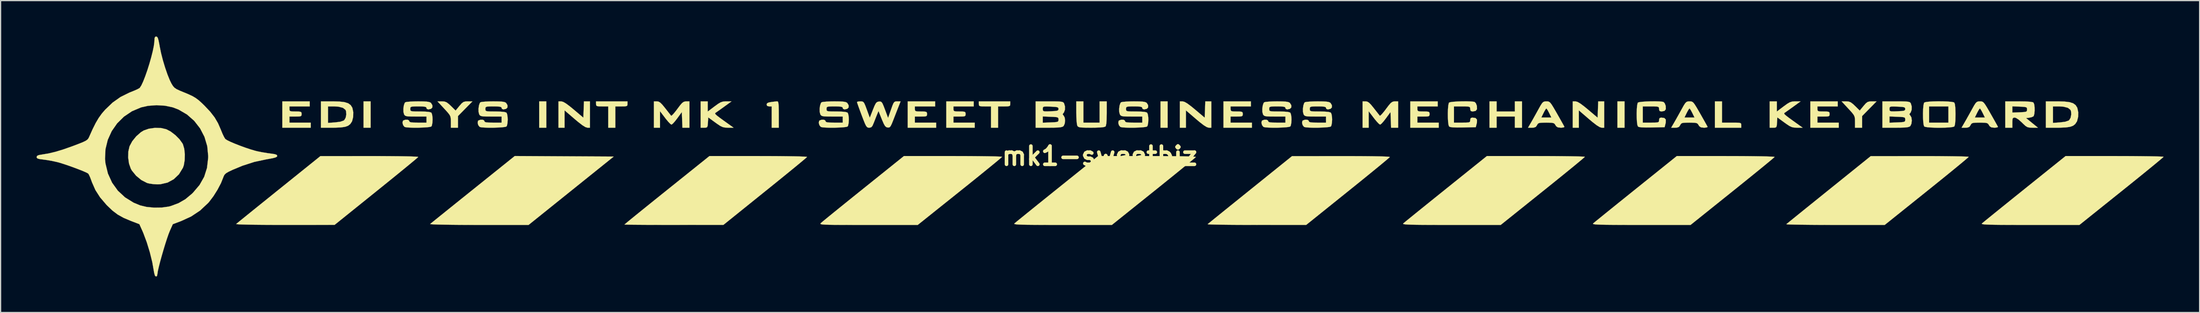
<source format=kicad_pcb>
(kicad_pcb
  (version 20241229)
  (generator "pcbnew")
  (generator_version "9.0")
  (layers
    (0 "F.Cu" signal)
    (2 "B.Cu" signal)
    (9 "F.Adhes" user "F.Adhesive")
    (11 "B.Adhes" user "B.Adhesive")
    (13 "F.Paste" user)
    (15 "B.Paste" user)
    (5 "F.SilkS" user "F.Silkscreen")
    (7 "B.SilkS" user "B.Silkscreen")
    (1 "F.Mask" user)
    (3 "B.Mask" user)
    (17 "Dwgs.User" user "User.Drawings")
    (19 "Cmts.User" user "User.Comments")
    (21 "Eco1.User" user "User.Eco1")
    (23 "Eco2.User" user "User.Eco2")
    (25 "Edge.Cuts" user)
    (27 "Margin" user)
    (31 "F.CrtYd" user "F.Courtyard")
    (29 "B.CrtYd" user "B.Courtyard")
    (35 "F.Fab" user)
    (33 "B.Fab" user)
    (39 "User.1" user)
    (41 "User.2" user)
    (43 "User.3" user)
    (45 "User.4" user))
  (footprint "mk1-sweetbiz"
    (layer "F.Cu")
    (at 88.651 9.996)
    (property "Reference" "mk1-sweetbiz" (at 0 0 0) (layer "F.SilkS") (effects (font (size 1.524 1.524) (thickness 0.3))))
    (attr through_hole)
    (fp_poly (pts (xy -60.791 -2.371) (xy -61.383 -2.371) (xy -61.383 -4.572) (xy -60.791 -4.572) (xy -60.791 -2.371)) (stroke (width 0.01) (type solid)) (fill yes) (layer "F.SilkS"))
    (fp_poly (pts (xy -46.143 -2.371) (xy -46.736 -2.371) (xy -46.736 -4.572) (xy -46.143 -4.572) (xy -46.143 -2.371)) (stroke (width 0.01) (type solid)) (fill yes) (layer "F.SilkS"))
    (fp_poly (pts (xy 5.673 -2.371) (xy 5.08 -2.371) (xy 5.08 -4.572) (xy 5.673 -4.572) (xy 5.673 -2.371)) (stroke (width 0.01) (type solid)) (fill yes) (layer "F.SilkS"))
    (fp_poly (pts (xy 43.773 -2.371) (xy 43.18 -2.371) (xy 43.18 -4.572) (xy 43.773 -4.572) (xy 43.773 -2.371)) (stroke (width 0.01) (type solid)) (fill yes) (layer "F.SilkS"))
    (fp_poly (pts (xy 33.105 -3.725) (xy 34.629 -3.725) (xy 34.629 -4.572) (xy 35.221 -4.572) (xy 35.221 -2.371) (xy 34.629 -2.371) (xy 34.629 -3.302) (xy 33.105 -3.302) (xy 33.105 -2.371) (xy 32.512 -2.371) (xy 32.512 -4.572) (xy 33.105 -4.572) (xy 33.105 -3.725)) (stroke (width 0.01) (type solid)) (fill yes) (layer "F.SilkS"))
    (fp_poly (pts (xy 51.901 -2.794) (xy 52.705 -2.794) (xy 53.078 -2.793) (xy 53.313 -2.783) (xy 53.442 -2.756) (xy 53.497 -2.704) (xy 53.509 -2.618) (xy 53.509 -2.582) (xy 53.509 -2.371) (xy 51.308 -2.371) (xy 51.308 -4.572) (xy 51.901 -4.572) (xy 51.901 -2.794)) (stroke (width 0.01) (type solid)) (fill yes) (layer "F.SilkS"))
    (fp_poly (pts (xy -26.821 -4.538) (xy -26.787 -4.421) (xy -26.767 -4.198) (xy -26.757 -3.846) (xy -26.755 -3.471) (xy -26.755 -2.371) (xy -27.347 -2.371) (xy -27.347 -4.149) (xy -27.559 -4.149) (xy -27.727 -4.191) (xy -27.771 -4.306) (xy -27.732 -4.412) (xy -27.591 -4.479) (xy -27.378 -4.518) (xy -27.117 -4.551) (xy -26.918 -4.57) (xy -26.87 -4.572) (xy -26.821 -4.538)) (stroke (width 0.01) (type solid)) (fill yes) (layer "F.SilkS"))
    (fp_poly (pts (xy -39.37 -4.36) (xy -39.381 -4.243) (xy -39.44 -4.18) (xy -39.586 -4.154) (xy -39.86 -4.149) (xy -39.878 -4.149) (xy -40.386 -4.149) (xy -40.386 -2.371) (xy -40.979 -2.371) (xy -40.979 -4.149) (xy -41.487 -4.149) (xy -41.768 -4.153) (xy -41.92 -4.178) (xy -41.982 -4.239) (xy -41.995 -4.353) (xy -41.995 -4.36) (xy -41.995 -4.572) (xy -39.37 -4.572) (xy -39.37 -4.36)) (stroke (width 0.01) (type solid)) (fill yes) (layer "F.SilkS"))
    (fp_poly (pts (xy -7.451 -4.36) (xy -7.461 -4.243) (xy -7.52 -4.18) (xy -7.667 -4.154) (xy -7.941 -4.149) (xy -7.959 -4.149) (xy -8.467 -4.149) (xy -8.467 -2.371) (xy -9.059 -2.371) (xy -9.059 -4.149) (xy -9.567 -4.149) (xy -9.849 -4.153) (xy -10.001 -4.178) (xy -10.063 -4.239) (xy -10.075 -4.353) (xy -10.075 -4.36) (xy -10.075 -4.572) (xy -7.451 -4.572) (xy -7.451 -4.36)) (stroke (width 0.01) (type solid)) (fill yes) (layer "F.SilkS"))
    (fp_poly (pts (xy -42.503 -2.371) (xy -42.72 -2.371) (xy -42.883 -2.421) (xy -43.134 -2.577) (xy -43.482 -2.846) (xy -43.778 -3.095) (xy -44.619 -3.819) (xy -44.619 -2.371) (xy -45.127 -2.371) (xy -45.127 -4.572) (xy -44.895 -4.57) (xy -44.733 -4.528) (xy -44.502 -4.394) (xy -44.184 -4.157) (xy -43.857 -3.888) (xy -43.053 -3.207) (xy -43.028 -3.89) (xy -43.004 -4.572) (xy -42.503 -4.572) (xy -42.503 -2.371)) (stroke (width 0.01) (type solid)) (fill yes) (layer "F.SilkS"))
    (fp_poly (pts (xy 9.313 -2.371) (xy 9.096 -2.371) (xy 8.933 -2.421) (xy 8.682 -2.577) (xy 8.334 -2.846) (xy 8.038 -3.095) (xy 7.197 -3.819) (xy 7.197 -2.371) (xy 6.689 -2.371) (xy 6.689 -4.572) (xy 6.921 -4.57) (xy 7.083 -4.528) (xy 7.314 -4.394) (xy 7.632 -4.157) (xy 7.959 -3.888) (xy 8.763 -3.207) (xy 8.788 -3.89) (xy 8.812 -4.572) (xy 9.313 -4.572) (xy 9.313 -2.371)) (stroke (width 0.01) (type solid)) (fill yes) (layer "F.SilkS"))
    (fp_poly (pts (xy 42.079 -2.371) (xy 41.862 -2.371) (xy 41.699 -2.421) (xy 41.448 -2.577) (xy 41.1 -2.846) (xy 40.804 -3.095) (xy 39.963 -3.819) (xy 39.963 -2.371) (xy 39.455 -2.371) (xy 39.455 -4.572) (xy 39.688 -4.57) (xy 39.849 -4.528) (xy 40.08 -4.394) (xy 40.398 -4.157) (xy 40.725 -3.888) (xy 41.529 -3.207) (xy 41.554 -3.89) (xy 41.578 -4.572) (xy 42.079 -4.572) (xy 42.079 -2.371)) (stroke (width 0.01) (type solid)) (fill yes) (layer "F.SilkS"))
    (fp_poly (pts (xy -44.647 0.02) (xy -40.52 0.042) (xy -47.62 5.757) (xy -51.767 5.757) (xy -52.614 5.756) (xy -53.393 5.752) (xy -54.09 5.745) (xy -54.69 5.736) (xy -55.179 5.726) (xy -55.542 5.713) (xy -55.765 5.699) (xy -55.834 5.684) (xy -55.833 5.684) (xy -55.754 5.618) (xy -55.555 5.457) (xy -55.249 5.209) (xy -54.848 4.886) (xy -54.366 4.497) (xy -53.814 4.052) (xy -53.206 3.562) (xy -52.553 3.037) (xy -52.264 2.805) (xy -48.774 -0.002) (xy -44.647 0.02)) (stroke (width 0.01) (type solid)) (fill yes) (layer "F.SilkS"))
    (fp_poly (pts (xy -65.871 -4.149) (xy -67.564 -4.149) (xy -67.564 -3.937) (xy -67.553 -3.82) (xy -67.494 -3.756) (xy -67.348 -3.73) (xy -67.074 -3.725) (xy -67.056 -3.725) (xy -66.774 -3.721) (xy -66.622 -3.696) (xy -66.56 -3.635) (xy -66.548 -3.521) (xy -66.548 -3.514) (xy -66.559 -3.396) (xy -66.618 -3.333) (xy -66.764 -3.307) (xy -67.038 -3.302) (xy -67.056 -3.302) (xy -67.564 -3.302) (xy -67.564 -2.794) (xy -65.786 -2.794) (xy -65.786 -2.371) (xy -68.157 -2.371) (xy -68.157 -4.572) (xy -65.871 -4.572) (xy -65.871 -4.149)) (stroke (width 0.01) (type solid)) (fill yes) (layer "F.SilkS"))
    (fp_poly (pts (xy -54.633 -4.556) (xy -54.456 -4.49) (xy -54.264 -4.344) (xy -54.098 -4.187) (xy -53.706 -3.801) (xy -53.39 -4.187) (xy -53.199 -4.406) (xy -53.046 -4.521) (xy -52.873 -4.566) (xy -52.688 -4.572) (xy -52.302 -4.572) (xy -52.905 -3.958) (xy -53.507 -3.344) (xy -53.508 -2.857) (xy -53.509 -2.371) (xy -54.102 -2.371) (xy -54.102 -2.868) (xy -54.106 -3.101) (xy -54.131 -3.274) (xy -54.2 -3.429) (xy -54.333 -3.607) (xy -54.553 -3.853) (xy -54.66 -3.969) (xy -55.219 -4.572) (xy -54.854 -4.572) (xy -54.633 -4.556)) (stroke (width 0.01) (type solid)) (fill yes) (layer "F.SilkS"))
    (fp_poly (pts (xy -13.716 -4.149) (xy -15.409 -4.149) (xy -15.409 -3.937) (xy -15.399 -3.82) (xy -15.34 -3.756) (xy -15.193 -3.73) (xy -14.919 -3.725) (xy -14.901 -3.725) (xy -14.62 -3.721) (xy -14.468 -3.696) (xy -14.406 -3.635) (xy -14.393 -3.521) (xy -14.393 -3.514) (xy -14.404 -3.396) (xy -14.463 -3.333) (xy -14.609 -3.307) (xy -14.884 -3.302) (xy -14.901 -3.302) (xy -15.409 -3.302) (xy -15.409 -2.794) (xy -13.631 -2.794) (xy -13.631 -2.371) (xy -16.002 -2.371) (xy -16.002 -4.572) (xy -13.716 -4.572) (xy -13.716 -4.149)) (stroke (width 0.01) (type solid)) (fill yes) (layer "F.SilkS"))
    (fp_poly (pts (xy -10.499 -4.149) (xy -12.192 -4.149) (xy -12.192 -3.937) (xy -12.181 -3.82) (xy -12.122 -3.756) (xy -11.976 -3.73) (xy -11.702 -3.725) (xy -11.684 -3.725) (xy -11.402 -3.721) (xy -11.25 -3.696) (xy -11.188 -3.635) (xy -11.176 -3.521) (xy -11.176 -3.514) (xy -11.187 -3.396) (xy -11.246 -3.333) (xy -11.392 -3.307) (xy -11.666 -3.302) (xy -11.684 -3.302) (xy -12.192 -3.302) (xy -12.192 -2.794) (xy -10.414 -2.794) (xy -10.414 -2.371) (xy -12.785 -2.371) (xy -12.785 -4.572) (xy -10.499 -4.572) (xy -10.499 -4.149)) (stroke (width 0.01) (type solid)) (fill yes) (layer "F.SilkS"))
    (fp_poly (pts (xy -1.355 -2.794) (xy 0 -2.794) (xy 0 -4.572) (xy 0.593 -4.572) (xy 0.593 -3.573) (xy 0.583 -3.048) (xy 0.555 -2.688) (xy 0.508 -2.496) (xy 0.491 -2.472) (xy 0.353 -2.422) (xy 0.055 -2.389) (xy -0.407 -2.373) (xy -0.691 -2.371) (xy -1.141 -2.373) (xy -1.45 -2.382) (xy -1.649 -2.402) (xy -1.767 -2.438) (xy -1.834 -2.493) (xy -1.86 -2.534) (xy -1.895 -2.683) (xy -1.924 -2.959) (xy -1.942 -3.319) (xy -1.947 -3.635) (xy -1.947 -4.572) (xy -1.355 -4.572) (xy -1.355 -2.794)) (stroke (width 0.01) (type solid)) (fill yes) (layer "F.SilkS"))
    (fp_poly (pts (xy 12.615 -4.149) (xy 10.922 -4.149) (xy 10.922 -3.937) (xy 10.933 -3.82) (xy 10.992 -3.756) (xy 11.138 -3.73) (xy 11.412 -3.725) (xy 11.43 -3.725) (xy 11.712 -3.721) (xy 11.864 -3.696) (xy 11.926 -3.635) (xy 11.938 -3.521) (xy 11.938 -3.514) (xy 11.927 -3.396) (xy 11.868 -3.333) (xy 11.722 -3.307) (xy 11.448 -3.302) (xy 11.43 -3.302) (xy 10.922 -3.302) (xy 10.922 -2.794) (xy 12.7 -2.794) (xy 12.7 -2.371) (xy 10.329 -2.371) (xy 10.329 -4.572) (xy 12.615 -4.572) (xy 12.615 -4.149)) (stroke (width 0.01) (type solid)) (fill yes) (layer "F.SilkS"))
    (fp_poly (pts (xy 28.194 -4.149) (xy 26.501 -4.149) (xy 26.501 -3.937) (xy 26.511 -3.82) (xy 26.57 -3.756) (xy 26.717 -3.73) (xy 26.991 -3.725) (xy 27.009 -3.725) (xy 27.29 -3.721) (xy 27.442 -3.696) (xy 27.504 -3.635) (xy 27.517 -3.521) (xy 27.517 -3.514) (xy 27.506 -3.396) (xy 27.447 -3.333) (xy 27.301 -3.307) (xy 27.026 -3.302) (xy 27.009 -3.302) (xy 26.501 -3.302) (xy 26.501 -2.794) (xy 28.279 -2.794) (xy 28.279 -2.371) (xy 25.908 -2.371) (xy 25.908 -4.572) (xy 28.194 -4.572) (xy 28.194 -4.149)) (stroke (width 0.01) (type solid)) (fill yes) (layer "F.SilkS"))
    (fp_poly (pts (xy 61.553 -4.149) (xy 59.859 -4.149) (xy 59.859 -3.937) (xy 59.87 -3.82) (xy 59.929 -3.756) (xy 60.075 -3.73) (xy 60.35 -3.725) (xy 60.367 -3.725) (xy 60.649 -3.721) (xy 60.801 -3.696) (xy 60.863 -3.635) (xy 60.875 -3.521) (xy 60.875 -3.514) (xy 60.865 -3.396) (xy 60.806 -3.333) (xy 60.659 -3.307) (xy 60.385 -3.302) (xy 60.367 -3.302) (xy 59.859 -3.302) (xy 59.859 -2.794) (xy 61.637 -2.794) (xy 61.637 -2.371) (xy 59.267 -2.371) (xy 59.267 -4.572) (xy 61.553 -4.572) (xy 61.553 -4.149)) (stroke (width 0.01) (type solid)) (fill yes) (layer "F.SilkS"))
    (fp_poly (pts (xy 62.461 -4.556) (xy 62.638 -4.49) (xy 62.83 -4.344) (xy 62.996 -4.187) (xy 63.388 -3.801) (xy 63.704 -4.187) (xy 63.895 -4.406) (xy 64.048 -4.521) (xy 64.221 -4.566) (xy 64.406 -4.572) (xy 64.792 -4.572) (xy 64.189 -3.958) (xy 63.587 -3.344) (xy 63.586 -2.857) (xy 63.585 -2.371) (xy 62.992 -2.371) (xy 62.992 -2.868) (xy 62.988 -3.101) (xy 62.963 -3.274) (xy 62.894 -3.429) (xy 62.761 -3.607) (xy 62.541 -3.853) (xy 62.434 -3.969) (xy 61.875 -4.572) (xy 62.24 -4.572) (xy 62.461 -4.556)) (stroke (width 0.01) (type solid)) (fill yes) (layer "F.SilkS"))
    (fp_poly (pts (xy -78.261 -2.341) (xy -77.832 -2.241) (xy -77.46 -2.043) (xy -77.077 -1.748) (xy -76.735 -1.404) (xy -76.486 -1.058) (xy -76.443 -0.974) (xy -76.335 -0.603) (xy -76.287 -0.142) (xy -76.3 0.339) (xy -76.373 0.773) (xy -76.445 0.979) (xy -76.775 1.519) (xy -77.211 1.937) (xy -77.733 2.22) (xy -78.323 2.356) (xy -78.566 2.367) (xy -78.915 2.347) (xy -79.247 2.299) (xy -79.439 2.25) (xy -79.912 2.006) (xy -80.352 1.644) (xy -80.702 1.214) (xy -80.792 1.058) (xy -80.942 0.63) (xy -81.012 0.123) (xy -80.997 -0.387) (xy -80.897 -0.821) (xy -80.672 -1.24) (xy -80.34 -1.649) (xy -79.955 -1.989) (xy -79.717 -2.136) (xy -79.283 -2.287) (xy -78.773 -2.357) (xy -78.261 -2.341)) (stroke (width 0.01) (type solid)) (fill yes) (layer "F.SilkS"))
    (fp_poly (pts (xy -63.944 -4.572) (xy -63.381 -4.556) (xy -62.961 -4.504) (xy -62.661 -4.408) (xy -62.457 -4.259) (xy -62.326 -4.051) (xy -62.313 -4.016) (xy -62.239 -3.662) (xy -62.249 -3.268) (xy -62.336 -2.922) (xy -62.358 -2.876) (xy -62.491 -2.677) (xy -62.669 -2.535) (xy -62.92 -2.444) (xy -63.274 -2.392) (xy -63.757 -2.372) (xy -63.961 -2.371) (xy -64.939 -2.371) (xy -64.939 -4.149) (xy -64.347 -4.149) (xy -64.347 -2.771) (xy -63.752 -2.814) (xy -63.332 -2.867) (xy -63.063 -2.957) (xy -62.99 -3.008) (xy -62.876 -3.201) (xy -62.822 -3.472) (xy -62.838 -3.736) (xy -62.887 -3.861) (xy -63.102 -4.032) (xy -63.465 -4.127) (xy -63.833 -4.149) (xy -64.347 -4.149) (xy -64.939 -4.149) (xy -64.939 -4.572) (xy -63.944 -4.572)) (stroke (width 0.01) (type solid)) (fill yes) (layer "F.SilkS"))
    (fp_poly (pts (xy 79.904 -4.572) (xy 80.468 -4.556) (xy 80.888 -4.504) (xy 81.188 -4.408) (xy 81.391 -4.259) (xy 81.522 -4.051) (xy 81.536 -4.016) (xy 81.609 -3.662) (xy 81.6 -3.268) (xy 81.512 -2.922) (xy 81.49 -2.876) (xy 81.357 -2.677) (xy 81.18 -2.535) (xy 80.928 -2.444) (xy 80.575 -2.392) (xy 80.092 -2.372) (xy 79.887 -2.371) (xy 78.909 -2.371) (xy 78.909 -4.149) (xy 79.502 -4.149) (xy 79.502 -2.771) (xy 80.097 -2.814) (xy 80.517 -2.867) (xy 80.786 -2.957) (xy 80.859 -3.008) (xy 80.972 -3.201) (xy 81.026 -3.472) (xy 81.011 -3.736) (xy 80.961 -3.861) (xy 80.747 -4.032) (xy 80.384 -4.127) (xy 80.016 -4.149) (xy 79.502 -4.149) (xy 78.909 -4.149) (xy 78.909 -4.572) (xy 79.904 -4.572)) (stroke (width 0.01) (type solid)) (fill yes) (layer "F.SilkS"))
    (fp_poly (pts (xy -36.779 -4.549) (xy -36.637 -4.463) (xy -36.463 -4.288) (xy -36.229 -4) (xy -36.02 -3.733) (xy -35.85 -3.516) (xy -35.746 -3.385) (xy -35.731 -3.365) (xy -35.662 -3.401) (xy -35.521 -3.548) (xy -35.332 -3.781) (xy -35.217 -3.934) (xy -34.99 -4.237) (xy -34.826 -4.426) (xy -34.694 -4.526) (xy -34.564 -4.565) (xy -34.48 -4.57) (xy -34.205 -4.572) (xy -34.205 -2.371) (xy -34.791 -2.371) (xy -34.816 -3.025) (xy -34.84 -3.68) (xy -35.221 -3.155) (xy -35.416 -2.903) (xy -35.584 -2.717) (xy -35.694 -2.63) (xy -35.705 -2.627) (xy -35.801 -2.689) (xy -35.964 -2.857) (xy -36.166 -3.099) (xy -36.234 -3.188) (xy -36.661 -3.751) (xy -36.661 -2.371) (xy -37.169 -2.371) (xy -37.169 -4.572) (xy -36.922 -4.572) (xy -36.779 -4.549)) (stroke (width 0.01) (type solid)) (fill yes) (layer "F.SilkS"))
    (fp_poly (pts (xy -32.681 -3.72) (xy -32.118 -4.146) (xy -31.824 -4.361) (xy -31.607 -4.489) (xy -31.418 -4.551) (xy -31.205 -4.571) (xy -31.126 -4.572) (xy -30.696 -4.572) (xy -31.287 -4.144) (xy -31.572 -3.938) (xy -31.815 -3.765) (xy -31.976 -3.652) (xy -32.004 -3.634) (xy -32.056 -3.593) (xy -32.066 -3.546) (xy -32.018 -3.475) (xy -31.893 -3.365) (xy -31.676 -3.199) (xy -31.347 -2.959) (xy -31.117 -2.794) (xy -30.527 -2.371) (xy -30.992 -2.371) (xy -31.234 -2.38) (xy -31.428 -2.42) (xy -31.626 -2.513) (xy -31.879 -2.68) (xy -32.048 -2.802) (xy -32.639 -3.233) (xy -32.665 -2.802) (xy -32.685 -2.549) (xy -32.727 -2.421) (xy -32.823 -2.376) (xy -32.982 -2.371) (xy -33.274 -2.371) (xy -33.274 -4.572) (xy -32.681 -4.572) (xy -32.681 -3.72)) (stroke (width 0.01) (type solid)) (fill yes) (layer "F.SilkS"))
    (fp_poly (pts (xy 22.318 -4.549) (xy 22.461 -4.463) (xy 22.634 -4.288) (xy 22.868 -4) (xy 23.077 -3.733) (xy 23.247 -3.516) (xy 23.351 -3.385) (xy 23.366 -3.365) (xy 23.435 -3.401) (xy 23.576 -3.548) (xy 23.766 -3.781) (xy 23.88 -3.934) (xy 24.108 -4.237) (xy 24.272 -4.426) (xy 24.404 -4.526) (xy 24.534 -4.565) (xy 24.617 -4.57) (xy 24.892 -4.572) (xy 24.892 -2.371) (xy 24.306 -2.371) (xy 24.282 -3.025) (xy 24.257 -3.68) (xy 23.876 -3.155) (xy 23.681 -2.903) (xy 23.513 -2.717) (xy 23.403 -2.63) (xy 23.392 -2.627) (xy 23.297 -2.689) (xy 23.133 -2.857) (xy 22.931 -3.099) (xy 22.863 -3.188) (xy 22.437 -3.751) (xy 22.437 -2.371) (xy 21.929 -2.371) (xy 21.929 -4.572) (xy 22.175 -4.572) (xy 22.318 -4.549)) (stroke (width 0.01) (type solid)) (fill yes) (layer "F.SilkS"))
    (fp_poly (pts (xy 56.473 -3.72) (xy 57.036 -4.146) (xy 57.33 -4.361) (xy 57.547 -4.489) (xy 57.736 -4.551) (xy 57.949 -4.571) (xy 58.028 -4.572) (xy 58.458 -4.572) (xy 57.867 -4.144) (xy 57.582 -3.938) (xy 57.339 -3.765) (xy 57.178 -3.652) (xy 57.15 -3.634) (xy 57.098 -3.593) (xy 57.088 -3.546) (xy 57.136 -3.475) (xy 57.261 -3.365) (xy 57.478 -3.199) (xy 57.807 -2.959) (xy 58.037 -2.794) (xy 58.627 -2.371) (xy 58.162 -2.371) (xy 57.92 -2.38) (xy 57.726 -2.42) (xy 57.528 -2.513) (xy 57.275 -2.68) (xy 57.106 -2.802) (xy 56.515 -3.233) (xy 56.489 -2.802) (xy 56.469 -2.549) (xy 56.427 -2.421) (xy 56.331 -2.376) (xy 56.172 -2.371) (xy 55.88 -2.371) (xy 55.88 -4.572) (xy 56.473 -4.572) (xy 56.473 -3.72)) (stroke (width 0.01) (type solid)) (fill yes) (layer "F.SilkS"))
    (fp_poly (pts (xy -59.971 0.003) (xy -59.147 0.008) (xy -58.431 0.014) (xy -57.832 0.024) (xy -57.363 0.036) (xy -57.033 0.05) (xy -56.855 0.066) (xy -56.825 0.078) (xy -56.895 0.144) (xy -57.084 0.307) (xy -57.381 0.555) (xy -57.773 0.879) (xy -58.247 1.268) (xy -58.792 1.713) (xy -59.395 2.202) (xy -60.044 2.727) (xy -60.325 2.954) (xy -63.796 5.753) (xy -67.941 5.755) (xy -68.894 5.754) (xy -69.737 5.75) (xy -70.462 5.743) (xy -71.058 5.733) (xy -71.517 5.721) (xy -71.83 5.707) (xy -71.988 5.69) (xy -72.005 5.679) (xy -71.925 5.612) (xy -71.726 5.449) (xy -71.42 5.201) (xy -71.02 4.876) (xy -70.539 4.486) (xy -69.988 4.041) (xy -69.38 3.551) (xy -68.729 3.025) (xy -68.453 2.803) (xy -64.982 0.005) (xy -60.889 0.002) (xy -59.971 0.003)) (stroke (width 0.01) (type solid)) (fill yes) (layer "F.SilkS"))
    (fp_poly (pts (xy -27.578 0.002) (xy -26.782 0.006) (xy -26.077 0.013) (xy -25.478 0.022) (xy -24.998 0.034) (xy -24.65 0.047) (xy -24.447 0.063) (xy -24.398 0.076) (xy -24.468 0.142) (xy -24.657 0.304) (xy -24.953 0.552) (xy -25.345 0.876) (xy -25.819 1.265) (xy -26.364 1.709) (xy -26.967 2.199) (xy -27.616 2.724) (xy -27.898 2.951) (xy -31.369 5.751) (xy -35.496 5.754) (xy -36.314 5.754) (xy -37.079 5.753) (xy -37.773 5.751) (xy -38.38 5.747) (xy -38.885 5.743) (xy -39.272 5.738) (xy -39.523 5.732) (xy -39.623 5.726) (xy -39.624 5.725) (xy -39.56 5.668) (xy -39.376 5.514) (xy -39.084 5.274) (xy -38.696 4.958) (xy -38.224 4.575) (xy -37.68 4.135) (xy -37.077 3.648) (xy -36.426 3.124) (xy -36.081 2.847) (xy -32.538 0) (xy -28.454 0) (xy -27.578 0.002)) (stroke (width 0.01) (type solid)) (fill yes) (layer "F.SilkS"))
    (fp_poly (pts (xy 21.15 0.005) (xy 22.028 0.009) (xy 22.765 0.016) (xy 23.356 0.027) (xy 23.795 0.04) (xy 24.077 0.057) (xy 24.197 0.077) (xy 24.201 0.082) (xy 24.131 0.15) (xy 23.942 0.313) (xy 23.645 0.561) (xy 23.253 0.886) (xy 22.778 1.275) (xy 22.233 1.72) (xy 21.63 2.21) (xy 20.98 2.734) (xy 20.701 2.959) (xy 17.23 5.754) (xy 13.088 5.756) (xy 12.271 5.755) (xy 11.51 5.752) (xy 10.821 5.747) (xy 10.219 5.74) (xy 9.721 5.731) (xy 9.342 5.722) (xy 9.098 5.711) (xy 9.006 5.699) (xy 9.006 5.698) (xy 9.082 5.634) (xy 9.277 5.475) (xy 9.579 5.229) (xy 9.975 4.908) (xy 10.454 4.52) (xy 11.003 4.076) (xy 11.609 3.587) (xy 12.26 3.061) (xy 12.555 2.823) (xy 16.044 0.008) (xy 20.137 0.004) (xy 21.15 0.005)) (stroke (width 0.01) (type solid)) (fill yes) (layer "F.SilkS"))
    (fp_poly (pts (xy 69.203 0.004) (xy 69.963 0.007) (xy 70.652 0.013) (xy 71.255 0.02) (xy 71.755 0.03) (xy 72.136 0.04) (xy 72.381 0.052) (xy 72.474 0.065) (xy 72.475 0.066) (xy 72.411 0.131) (xy 72.226 0.29) (xy 71.934 0.536) (xy 71.546 0.857) (xy 71.075 1.244) (xy 70.532 1.687) (xy 69.929 2.175) (xy 69.28 2.699) (xy 68.974 2.945) (xy 65.473 5.757) (xy 61.34 5.757) (xy 60.523 5.756) (xy 59.763 5.753) (xy 59.075 5.747) (xy 58.474 5.74) (xy 57.977 5.732) (xy 57.599 5.722) (xy 57.357 5.711) (xy 57.266 5.699) (xy 57.266 5.698) (xy 57.342 5.634) (xy 57.537 5.475) (xy 57.839 5.229) (xy 58.235 4.908) (xy 58.714 4.52) (xy 59.263 4.076) (xy 59.869 3.587) (xy 60.52 3.061) (xy 60.815 2.823) (xy 64.304 0.008) (xy 68.389 0.004) (xy 69.203 0.004)) (stroke (width 0.01) (type solid)) (fill yes) (layer "F.SilkS"))
    (fp_poly (pts (xy 4.833 0.002) (xy 5.625 0.006) (xy 6.328 0.013) (xy 6.929 0.022) (xy 7.412 0.034) (xy 7.766 0.047) (xy 7.975 0.062) (xy 8.029 0.075) (xy 7.96 0.141) (xy 7.77 0.303) (xy 7.473 0.55) (xy 7.081 0.873) (xy 6.605 1.262) (xy 6.06 1.705) (xy 5.455 2.194) (xy 4.805 2.719) (xy 4.512 2.954) (xy 1.023 5.757) (xy -3.105 5.757) (xy -4.057 5.757) (xy -4.852 5.755) (xy -5.504 5.751) (xy -6.025 5.746) (xy -6.427 5.738) (xy -6.725 5.727) (xy -6.93 5.713) (xy -7.055 5.695) (xy -7.113 5.673) (xy -7.117 5.647) (xy -7.109 5.638) (xy -7.021 5.563) (xy -6.813 5.392) (xy -6.499 5.137) (xy -6.092 4.806) (xy -5.604 4.411) (xy -5.049 3.962) (xy -4.438 3.47) (xy -3.786 2.944) (xy -3.556 2.759) (xy -0.127 0.000203) (xy 3.965 0.000102) (xy 4.833 0.002)) (stroke (width 0.01) (type solid)) (fill yes) (layer "F.SilkS"))
    (fp_poly (pts (xy 53.093 0.002) (xy 53.885 0.006) (xy 54.588 0.013) (xy 55.189 0.022) (xy 55.672 0.034) (xy 56.026 0.047) (xy 56.235 0.062) (xy 56.289 0.075) (xy 56.22 0.141) (xy 56.03 0.303) (xy 55.733 0.55) (xy 55.341 0.873) (xy 54.865 1.262) (xy 54.32 1.705) (xy 53.715 2.194) (xy 53.065 2.719) (xy 52.772 2.954) (xy 49.283 5.757) (xy 45.155 5.757) (xy 44.203 5.757) (xy 43.408 5.755) (xy 42.756 5.751) (xy 42.235 5.746) (xy 41.833 5.738) (xy 41.535 5.727) (xy 41.33 5.713) (xy 41.205 5.695) (xy 41.147 5.673) (xy 41.143 5.647) (xy 41.151 5.638) (xy 41.239 5.563) (xy 41.447 5.392) (xy 41.761 5.137) (xy 42.168 4.806) (xy 42.656 4.411) (xy 43.211 3.962) (xy 43.822 3.47) (xy 44.474 2.944) (xy 44.704 2.759) (xy 48.133 0.000203) (xy 52.225 0.000102) (xy 53.093 0.002)) (stroke (width 0.01) (type solid)) (fill yes) (layer "F.SilkS"))
    (fp_poly (pts (xy 70.306 -4.574) (xy 70.689 -4.56) (xy 71.004 -4.535) (xy 71.214 -4.498) (xy 71.272 -4.47) (xy 71.326 -4.325) (xy 71.36 -4.019) (xy 71.374 -3.562) (xy 71.374 -3.471) (xy 71.364 -2.99) (xy 71.333 -2.658) (xy 71.283 -2.485) (xy 71.272 -2.472) (xy 71.145 -2.429) (xy 70.888 -2.397) (xy 70.541 -2.376) (xy 70.143 -2.367) (xy 69.733 -2.369) (xy 69.35 -2.383) (xy 69.034 -2.408) (xy 68.825 -2.445) (xy 68.766 -2.472) (xy 68.718 -2.605) (xy 68.685 -2.861) (xy 68.666 -3.196) (xy 68.662 -3.565) (xy 68.673 -3.922) (xy 68.693 -4.149) (xy 69.173 -4.149) (xy 69.173 -2.794) (xy 70.781 -2.794) (xy 70.781 -4.149) (xy 69.173 -4.149) (xy 68.693 -4.149) (xy 68.699 -4.223) (xy 68.74 -4.423) (xy 68.766 -4.47) (xy 68.893 -4.514) (xy 69.15 -4.546) (xy 69.498 -4.567) (xy 69.896 -4.576) (xy 70.306 -4.574)) (stroke (width 0.01) (type solid)) (fill yes) (layer "F.SilkS"))
    (fp_poly (pts (xy 37.197 0.001) (xy 37.957 0.005) (xy 38.646 0.011) (xy 39.248 0.018) (xy 39.748 0.028) (xy 40.128 0.038) (xy 40.373 0.05) (xy 40.466 0.063) (xy 40.466 0.064) (xy 40.401 0.127) (xy 40.216 0.286) (xy 39.923 0.531) (xy 39.535 0.852) (xy 39.062 1.239) (xy 38.519 1.681) (xy 37.916 2.169) (xy 37.266 2.693) (xy 36.956 2.942) (xy 33.45 5.757) (xy 29.322 5.757) (xy 28.372 5.757) (xy 27.577 5.755) (xy 26.927 5.752) (xy 26.407 5.746) (xy 26.004 5.738) (xy 25.707 5.727) (xy 25.502 5.713) (xy 25.375 5.696) (xy 25.315 5.674) (xy 25.309 5.648) (xy 25.318 5.636) (xy 25.407 5.561) (xy 25.614 5.39) (xy 25.928 5.134) (xy 26.335 4.803) (xy 26.823 4.408) (xy 27.379 3.959) (xy 27.989 3.466) (xy 28.641 2.941) (xy 28.869 2.757) (xy 32.296 0) (xy 36.383 0) (xy 37.197 0.001)) (stroke (width 0.01) (type solid)) (fill yes) (layer "F.SilkS"))
    (fp_poly (pts (xy 85.457 0.001) (xy 86.217 0.005) (xy 86.906 0.011) (xy 87.508 0.018) (xy 88.008 0.028) (xy 88.388 0.038) (xy 88.633 0.05) (xy 88.726 0.063) (xy 88.726 0.064) (xy 88.661 0.127) (xy 88.476 0.286) (xy 88.183 0.531) (xy 87.795 0.852) (xy 87.322 1.239) (xy 86.779 1.681) (xy 86.176 2.169) (xy 85.526 2.693) (xy 85.216 2.942) (xy 81.71 5.757) (xy 77.582 5.757) (xy 76.632 5.757) (xy 75.837 5.755) (xy 75.187 5.752) (xy 74.667 5.746) (xy 74.264 5.738) (xy 73.967 5.727) (xy 73.762 5.713) (xy 73.635 5.696) (xy 73.575 5.674) (xy 73.569 5.648) (xy 73.578 5.636) (xy 73.667 5.561) (xy 73.874 5.39) (xy 74.188 5.134) (xy 74.595 4.803) (xy 75.083 4.408) (xy 75.639 3.959) (xy 76.249 3.466) (xy 76.901 2.941) (xy 77.129 2.757) (xy 80.556 0) (xy 84.643 0) (xy 85.457 0.001)) (stroke (width 0.01) (type solid)) (fill yes) (layer "F.SilkS"))
    (fp_poly (pts (xy -11.409 0.001) (xy -10.649 0.005) (xy -9.959 0.011) (xy -9.355 0.018) (xy -8.855 0.028) (xy -8.474 0.038) (xy -8.228 0.05) (xy -8.134 0.062) (xy -8.133 0.064) (xy -8.199 0.127) (xy -8.384 0.286) (xy -8.677 0.531) (xy -9.067 0.851) (xy -9.54 1.237) (xy -10.084 1.679) (xy -10.687 2.167) (xy -11.338 2.69) (xy -11.652 2.942) (xy -15.166 5.757) (xy -19.286 5.757) (xy -20.226 5.757) (xy -21.011 5.756) (xy -21.652 5.754) (xy -22.165 5.751) (xy -22.563 5.745) (xy -22.858 5.736) (xy -23.064 5.723) (xy -23.195 5.707) (xy -23.265 5.686) (xy -23.285 5.661) (xy -23.271 5.629) (xy -23.239 5.595) (xy -23.141 5.511) (xy -22.925 5.332) (xy -22.604 5.069) (xy -22.189 4.731) (xy -21.696 4.331) (xy -21.136 3.878) (xy -20.524 3.383) (xy -19.871 2.858) (xy -19.695 2.716) (xy -16.319 0) (xy -12.223 0) (xy -11.409 0.001)) (stroke (width 0.01) (type solid)) (fill yes) (layer "F.SilkS"))
    (fp_poly (pts (xy 77.199 -4.564) (xy 77.585 -4.541) (xy 77.813 -4.502) (xy 77.876 -4.47) (xy 77.938 -4.323) (xy 77.971 -4.076) (xy 77.974 -3.79) (xy 77.949 -3.527) (xy 77.896 -3.349) (xy 77.872 -3.32) (xy 77.714 -3.247) (xy 77.512 -3.204) (xy 77.258 -3.175) (xy 77.753 -2.773) (xy 78.248 -2.371) (xy 77.792 -2.371) (xy 77.544 -2.378) (xy 77.367 -2.42) (xy 77.205 -2.522) (xy 77.001 -2.712) (xy 76.92 -2.794) (xy 76.64 -3.047) (xy 76.413 -3.191) (xy 76.309 -3.217) (xy 76.194 -3.201) (xy 76.136 -3.122) (xy 76.117 -2.939) (xy 76.115 -2.794) (xy 76.115 -2.371) (xy 75.523 -2.371) (xy 75.523 -3.633) (xy 76.115 -3.633) (xy 76.729 -3.658) (xy 77.046 -3.674) (xy 77.229 -3.7) (xy 77.316 -3.748) (xy 77.341 -3.834) (xy 77.343 -3.895) (xy 77.334 -4.004) (xy 77.282 -4.07) (xy 77.15 -4.105) (xy 76.904 -4.124) (xy 76.729 -4.131) (xy 76.115 -4.156) (xy 76.115 -3.633) (xy 75.523 -3.633) (xy 75.523 -4.572) (xy 76.649 -4.572) (xy 77.199 -4.564)) (stroke (width 0.01) (type solid)) (fill yes) (layer "F.SilkS"))
    (fp_poly (pts (xy 30.922 -4.566) (xy 31.173 -4.544) (xy 31.275 -4.521) (xy 31.378 -4.411) (xy 31.456 -4.206) (xy 31.463 -4.174) (xy 31.469 -3.916) (xy 31.357 -3.774) (xy 31.109 -3.727) (xy 31.094 -3.727) (xy 30.947 -3.766) (xy 30.904 -3.916) (xy 30.903 -3.937) (xy 30.896 -4.042) (xy 30.851 -4.105) (xy 30.735 -4.136) (xy 30.511 -4.147) (xy 30.226 -4.149) (xy 29.549 -4.149) (xy 29.549 -2.794) (xy 30.226 -2.794) (xy 30.562 -2.796) (xy 30.763 -2.81) (xy 30.864 -2.847) (xy 30.899 -2.916) (xy 30.903 -3.006) (xy 30.94 -3.168) (xy 31.075 -3.216) (xy 31.094 -3.216) (xy 31.349 -3.177) (xy 31.468 -3.049) (xy 31.466 -2.812) (xy 31.449 -2.737) (xy 31.369 -2.413) (xy 30.309 -2.389) (xy 29.803 -2.385) (xy 29.45 -2.397) (xy 29.233 -2.428) (xy 29.145 -2.47) (xy 29.095 -2.603) (xy 29.061 -2.86) (xy 29.042 -3.196) (xy 29.038 -3.565) (xy 29.049 -3.923) (xy 29.075 -4.224) (xy 29.116 -4.423) (xy 29.142 -4.47) (xy 29.261 -4.508) (xy 29.507 -4.539) (xy 29.839 -4.561) (xy 30.213 -4.574) (xy 30.588 -4.576) (xy 30.922 -4.566)) (stroke (width 0.01) (type solid)) (fill yes) (layer "F.SilkS"))
    (fp_poly (pts (xy 46.67 -4.566) (xy 46.921 -4.544) (xy 47.023 -4.521) (xy 47.126 -4.411) (xy 47.204 -4.206) (xy 47.211 -4.174) (xy 47.217 -3.916) (xy 47.105 -3.774) (xy 46.857 -3.727) (xy 46.842 -3.727) (xy 46.695 -3.766) (xy 46.652 -3.916) (xy 46.651 -3.937) (xy 46.644 -4.042) (xy 46.599 -4.105) (xy 46.483 -4.136) (xy 46.259 -4.147) (xy 45.974 -4.149) (xy 45.297 -4.149) (xy 45.297 -2.794) (xy 45.974 -2.794) (xy 46.31 -2.796) (xy 46.511 -2.81) (xy 46.612 -2.847) (xy 46.647 -2.916) (xy 46.651 -3.006) (xy 46.688 -3.168) (xy 46.823 -3.216) (xy 46.842 -3.216) (xy 47.097 -3.177) (xy 47.216 -3.049) (xy 47.214 -2.812) (xy 47.197 -2.737) (xy 47.117 -2.413) (xy 46.057 -2.389) (xy 45.551 -2.385) (xy 45.198 -2.397) (xy 44.981 -2.428) (xy 44.893 -2.47) (xy 44.843 -2.603) (xy 44.809 -2.86) (xy 44.79 -3.196) (xy 44.786 -3.565) (xy 44.797 -3.923) (xy 44.823 -4.224) (xy 44.864 -4.423) (xy 44.89 -4.47) (xy 45.009 -4.508) (xy 45.255 -4.539) (xy 45.587 -4.561) (xy 45.961 -4.574) (xy 46.336 -4.576) (xy 46.67 -4.566)) (stroke (width 0.01) (type solid)) (fill yes) (layer "F.SilkS"))
    (fp_poly (pts (xy 37.381 -4.567) (xy 37.48 -4.537) (xy 37.578 -4.459) (xy 37.692 -4.311) (xy 37.843 -4.069) (xy 38.05 -3.712) (xy 38.148 -3.541) (xy 38.362 -3.163) (xy 38.545 -2.837) (xy 38.682 -2.592) (xy 38.756 -2.456) (xy 38.763 -2.44) (xy 38.707 -2.397) (xy 38.533 -2.372) (xy 38.46 -2.371) (xy 38.219 -2.395) (xy 38.076 -2.488) (xy 38.015 -2.582) (xy 37.946 -2.689) (xy 37.852 -2.752) (xy 37.693 -2.783) (xy 37.426 -2.793) (xy 37.237 -2.794) (xy 36.902 -2.79) (xy 36.695 -2.772) (xy 36.577 -2.728) (xy 36.508 -2.647) (xy 36.476 -2.582) (xy 36.375 -2.437) (xy 36.211 -2.378) (xy 36.053 -2.371) (xy 35.726 -2.371) (xy 35.984 -2.815) (xy 36.151 -3.108) (xy 36.212 -3.217) (xy 36.832 -3.217) (xy 37.674 -3.217) (xy 37.489 -3.598) (xy 37.374 -3.817) (xy 37.283 -3.955) (xy 37.253 -3.979) (xy 37.19 -3.91) (xy 37.086 -3.733) (xy 37.017 -3.598) (xy 36.832 -3.217) (xy 36.212 -3.217) (xy 36.358 -3.479) (xy 36.565 -3.854) (xy 36.599 -3.916) (xy 36.774 -4.23) (xy 36.9 -4.424) (xy 37.007 -4.526) (xy 37.122 -4.565) (xy 37.259 -4.572) (xy 37.381 -4.567)) (stroke (width 0.01) (type solid)) (fill yes) (layer "F.SilkS"))
    (fp_poly (pts (xy 49.319 -4.567) (xy 49.418 -4.537) (xy 49.516 -4.459) (xy 49.63 -4.311) (xy 49.781 -4.069) (xy 49.988 -3.712) (xy 50.086 -3.541) (xy 50.3 -3.163) (xy 50.483 -2.837) (xy 50.62 -2.592) (xy 50.694 -2.456) (xy 50.701 -2.44) (xy 50.645 -2.397) (xy 50.471 -2.372) (xy 50.398 -2.371) (xy 50.157 -2.395) (xy 50.014 -2.488) (xy 49.953 -2.582) (xy 49.884 -2.689) (xy 49.79 -2.752) (xy 49.631 -2.783) (xy 49.364 -2.793) (xy 49.175 -2.794) (xy 48.84 -2.79) (xy 48.633 -2.772) (xy 48.515 -2.728) (xy 48.446 -2.647) (xy 48.414 -2.582) (xy 48.313 -2.437) (xy 48.149 -2.378) (xy 47.991 -2.371) (xy 47.664 -2.371) (xy 47.922 -2.815) (xy 48.089 -3.108) (xy 48.15 -3.217) (xy 48.77 -3.217) (xy 49.612 -3.217) (xy 49.427 -3.598) (xy 49.312 -3.817) (xy 49.221 -3.955) (xy 49.191 -3.979) (xy 49.128 -3.91) (xy 49.024 -3.733) (xy 48.955 -3.598) (xy 48.77 -3.217) (xy 48.15 -3.217) (xy 48.296 -3.479) (xy 48.503 -3.854) (xy 48.537 -3.916) (xy 48.712 -4.23) (xy 48.838 -4.424) (xy 48.945 -4.526) (xy 49.06 -4.565) (xy 49.197 -4.572) (xy 49.319 -4.567)) (stroke (width 0.01) (type solid)) (fill yes) (layer "F.SilkS"))
    (fp_poly (pts (xy 73.533 -4.567) (xy 73.633 -4.537) (xy 73.73 -4.459) (xy 73.845 -4.311) (xy 73.996 -4.069) (xy 74.203 -3.712) (xy 74.3 -3.541) (xy 74.515 -3.163) (xy 74.698 -2.837) (xy 74.835 -2.592) (xy 74.908 -2.456) (xy 74.916 -2.44) (xy 74.86 -2.397) (xy 74.686 -2.372) (xy 74.613 -2.371) (xy 74.371 -2.395) (xy 74.229 -2.488) (xy 74.168 -2.582) (xy 74.099 -2.689) (xy 74.005 -2.752) (xy 73.846 -2.783) (xy 73.579 -2.793) (xy 73.39 -2.794) (xy 73.054 -2.79) (xy 72.848 -2.772) (xy 72.73 -2.728) (xy 72.661 -2.647) (xy 72.629 -2.582) (xy 72.528 -2.437) (xy 72.364 -2.378) (xy 72.205 -2.371) (xy 71.879 -2.371) (xy 72.136 -2.815) (xy 72.304 -3.108) (xy 72.364 -3.217) (xy 72.985 -3.217) (xy 73.827 -3.217) (xy 73.642 -3.598) (xy 73.527 -3.817) (xy 73.436 -3.955) (xy 73.406 -3.979) (xy 73.343 -3.91) (xy 73.239 -3.733) (xy 73.17 -3.598) (xy 72.985 -3.217) (xy 72.364 -3.217) (xy 72.511 -3.479) (xy 72.718 -3.854) (xy 72.752 -3.916) (xy 72.927 -4.23) (xy 73.053 -4.424) (xy 73.159 -4.526) (xy 73.275 -4.565) (xy 73.411 -4.572) (xy 73.533 -4.567)) (stroke (width 0.01) (type solid)) (fill yes) (layer "F.SilkS"))
    (fp_poly (pts (xy -16.772 -4.128) (xy -16.891 -3.825) (xy -17.04 -3.442) (xy -17.189 -3.057) (xy -17.202 -3.022) (xy -17.332 -2.698) (xy -17.427 -2.504) (xy -17.511 -2.409) (xy -17.607 -2.382) (xy -17.678 -2.387) (xy -17.795 -2.421) (xy -17.895 -2.512) (xy -17.999 -2.692) (xy -18.13 -2.993) (xy -18.169 -3.089) (xy -18.439 -3.764) (xy -18.561 -3.47) (xy -18.668 -3.205) (xy -18.791 -2.888) (xy -18.836 -2.773) (xy -18.942 -2.529) (xy -19.043 -2.409) (xy -19.178 -2.372) (xy -19.22 -2.371) (xy -19.317 -2.38) (xy -19.399 -2.425) (xy -19.479 -2.53) (xy -19.573 -2.721) (xy -19.695 -3.024) (xy -19.843 -3.413) (xy -19.989 -3.805) (xy -20.11 -4.138) (xy -20.196 -4.383) (xy -20.234 -4.506) (xy -20.235 -4.514) (xy -20.161 -4.553) (xy -19.979 -4.572) (xy -19.95 -4.572) (xy -19.81 -4.565) (xy -19.711 -4.524) (xy -19.628 -4.417) (xy -19.537 -4.212) (xy -19.416 -3.887) (xy -19.167 -3.201) (xy -18.908 -3.865) (xy -18.775 -4.194) (xy -18.673 -4.394) (xy -18.579 -4.501) (xy -18.468 -4.546) (xy -18.405 -4.555) (xy -18.284 -4.558) (xy -18.195 -4.518) (xy -18.113 -4.406) (xy -18.018 -4.191) (xy -17.9 -3.882) (xy -17.641 -3.185) (xy -17.399 -3.878) (xy -17.281 -4.212) (xy -17.193 -4.417) (xy -17.112 -4.524) (xy -17.014 -4.565) (xy -16.878 -4.572) (xy -16.597 -4.572) (xy -16.772 -4.128)) (stroke (width 0.01) (type solid)) (fill yes) (layer "F.SilkS"))
    (fp_poly (pts (xy -3.731 -4.57) (xy -3.409 -4.562) (xy -3.199 -4.543) (xy -3.073 -4.511) (xy -3.001 -4.46) (xy -2.966 -4.408) (xy -2.89 -4.152) (xy -2.893 -3.873) (xy -2.973 -3.65) (xy -3.003 -3.613) (xy -3.085 -3.501) (xy -3.031 -3.409) (xy -3.003 -3.385) (xy -2.912 -3.217) (xy -2.882 -2.966) (xy -2.912 -2.707) (xy -3.002 -2.514) (xy -3.012 -2.504) (xy -3.101 -2.447) (xy -3.253 -2.408) (xy -3.495 -2.384) (xy -3.857 -2.373) (xy -4.239 -2.371) (xy -5.334 -2.371) (xy -5.334 -2.787) (xy -4.741 -2.787) (xy -4.085 -2.812) (xy -3.756 -2.827) (xy -3.56 -2.85) (xy -3.464 -2.894) (xy -3.432 -2.97) (xy -3.429 -3.048) (xy -3.437 -3.155) (xy -3.486 -3.219) (xy -3.611 -3.255) (xy -3.845 -3.274) (xy -4.085 -3.284) (xy -4.741 -3.309) (xy -4.741 -2.787) (xy -5.334 -2.787) (xy -5.334 -3.937) (xy -4.741 -3.937) (xy -4.735 -3.827) (xy -4.694 -3.764) (xy -4.583 -3.736) (xy -4.366 -3.733) (xy -4.085 -3.743) (xy -3.753 -3.76) (xy -3.557 -3.785) (xy -3.46 -3.831) (xy -3.43 -3.905) (xy -3.429 -3.937) (xy -3.445 -4.023) (xy -3.516 -4.077) (xy -3.677 -4.108) (xy -3.962 -4.126) (xy -4.085 -4.131) (xy -4.415 -4.141) (xy -4.61 -4.135) (xy -4.706 -4.102) (xy -4.738 -4.03) (xy -4.741 -3.937) (xy -5.334 -3.937) (xy -5.334 -4.572) (xy -4.194 -4.572) (xy -3.731 -4.57)) (stroke (width 0.01) (type solid)) (fill yes) (layer "F.SilkS"))
    (fp_poly (pts (xy 66.881 -4.57) (xy 67.203 -4.562) (xy 67.413 -4.543) (xy 67.539 -4.511) (xy 67.611 -4.46) (xy 67.646 -4.408) (xy 67.722 -4.152) (xy 67.719 -3.873) (xy 67.639 -3.65) (xy 67.609 -3.613) (xy 67.527 -3.501) (xy 67.581 -3.409) (xy 67.609 -3.385) (xy 67.7 -3.217) (xy 67.73 -2.966) (xy 67.7 -2.707) (xy 67.61 -2.514) (xy 67.6 -2.504) (xy 67.511 -2.447) (xy 67.359 -2.408) (xy 67.117 -2.384) (xy 66.755 -2.373) (xy 66.373 -2.371) (xy 65.278 -2.371) (xy 65.278 -2.787) (xy 65.871 -2.787) (xy 66.527 -2.812) (xy 66.856 -2.827) (xy 67.052 -2.85) (xy 67.148 -2.894) (xy 67.18 -2.97) (xy 67.183 -3.048) (xy 67.175 -3.155) (xy 67.126 -3.219) (xy 67.001 -3.255) (xy 66.767 -3.274) (xy 66.527 -3.284) (xy 65.871 -3.309) (xy 65.871 -2.787) (xy 65.278 -2.787) (xy 65.278 -3.937) (xy 65.871 -3.937) (xy 65.877 -3.827) (xy 65.918 -3.764) (xy 66.029 -3.736) (xy 66.246 -3.733) (xy 66.527 -3.743) (xy 66.859 -3.76) (xy 67.055 -3.785) (xy 67.152 -3.831) (xy 67.182 -3.905) (xy 67.183 -3.937) (xy 67.167 -4.023) (xy 67.096 -4.077) (xy 66.935 -4.108) (xy 66.65 -4.126) (xy 66.527 -4.131) (xy 66.197 -4.141) (xy 66.002 -4.135) (xy 65.906 -4.102) (xy 65.874 -4.03) (xy 65.871 -3.937) (xy 65.278 -3.937) (xy 65.278 -4.572) (xy 66.418 -4.572) (xy 66.881 -4.57)) (stroke (width 0.01) (type solid)) (fill yes) (layer "F.SilkS"))
    (fp_poly (pts (xy -56.397 -4.566) (xy -56.094 -4.549) (xy -55.9 -4.515) (xy -55.784 -4.46) (xy -55.759 -4.439) (xy -55.645 -4.25) (xy -55.645 -4.066) (xy -55.758 -3.947) (xy -55.76 -3.946) (xy -55.988 -3.897) (xy -56.116 -3.952) (xy -56.134 -4.022) (xy -56.166 -4.087) (xy -56.282 -4.126) (xy -56.511 -4.145) (xy -56.811 -4.149) (xy -57.147 -4.146) (xy -57.348 -4.132) (xy -57.449 -4.096) (xy -57.485 -4.026) (xy -57.489 -3.937) (xy -57.483 -3.84) (xy -57.447 -3.779) (xy -57.347 -3.744) (xy -57.154 -3.729) (xy -56.835 -3.725) (xy -56.659 -3.725) (xy -56.207 -3.714) (xy -55.894 -3.682) (xy -55.734 -3.63) (xy -55.728 -3.624) (xy -55.671 -3.487) (xy -55.634 -3.244) (xy -55.626 -3.048) (xy -55.643 -2.768) (xy -55.687 -2.551) (xy -55.728 -2.472) (xy -55.847 -2.434) (xy -56.095 -2.404) (xy -56.429 -2.383) (xy -56.808 -2.371) (xy -57.192 -2.37) (xy -57.539 -2.379) (xy -57.808 -2.399) (xy -57.958 -2.432) (xy -57.964 -2.435) (xy -58.08 -2.579) (xy -58.133 -2.769) (xy -58.108 -2.931) (xy -58.069 -2.973) (xy -57.882 -3.04) (xy -57.699 -3.035) (xy -57.585 -2.965) (xy -57.573 -2.921) (xy -57.543 -2.858) (xy -57.431 -2.819) (xy -57.208 -2.799) (xy -56.854 -2.794) (xy -56.134 -2.794) (xy -56.134 -3.302) (xy -57.02 -3.302) (xy -57.419 -3.305) (xy -57.683 -3.316) (xy -57.844 -3.344) (xy -57.937 -3.393) (xy -57.996 -3.47) (xy -58.003 -3.484) (xy -58.057 -3.687) (xy -58.062 -3.956) (xy -58.026 -4.225) (xy -57.956 -4.431) (xy -57.9 -4.497) (xy -57.772 -4.526) (xy -57.515 -4.55) (xy -57.168 -4.566) (xy -56.839 -4.571) (xy -56.397 -4.566)) (stroke (width 0.01) (type solid)) (fill yes) (layer "F.SilkS"))
    (fp_poly (pts (xy -50.131 -4.566) (xy -49.829 -4.549) (xy -49.634 -4.515) (xy -49.518 -4.46) (xy -49.494 -4.439) (xy -49.38 -4.25) (xy -49.38 -4.066) (xy -49.493 -3.947) (xy -49.495 -3.946) (xy -49.723 -3.897) (xy -49.85 -3.952) (xy -49.869 -4.022) (xy -49.901 -4.087) (xy -50.016 -4.126) (xy -50.246 -4.145) (xy -50.546 -4.149) (xy -50.882 -4.146) (xy -51.083 -4.132) (xy -51.184 -4.096) (xy -51.219 -4.026) (xy -51.223 -3.937) (xy -51.218 -3.84) (xy -51.181 -3.779) (xy -51.082 -3.744) (xy -50.888 -3.729) (xy -50.57 -3.725) (xy -50.394 -3.725) (xy -49.942 -3.714) (xy -49.629 -3.682) (xy -49.469 -3.63) (xy -49.462 -3.624) (xy -49.406 -3.487) (xy -49.369 -3.244) (xy -49.361 -3.048) (xy -49.378 -2.768) (xy -49.422 -2.551) (xy -49.462 -2.472) (xy -49.582 -2.434) (xy -49.829 -2.404) (xy -50.163 -2.383) (xy -50.543 -2.371) (xy -50.927 -2.37) (xy -51.274 -2.379) (xy -51.543 -2.399) (xy -51.692 -2.432) (xy -51.699 -2.435) (xy -51.815 -2.579) (xy -51.868 -2.769) (xy -51.843 -2.931) (xy -51.804 -2.973) (xy -51.617 -3.04) (xy -51.434 -3.035) (xy -51.32 -2.965) (xy -51.308 -2.921) (xy -51.277 -2.858) (xy -51.165 -2.819) (xy -50.943 -2.799) (xy -50.588 -2.794) (xy -49.869 -2.794) (xy -49.869 -3.302) (xy -50.755 -3.302) (xy -51.154 -3.305) (xy -51.417 -3.316) (xy -51.579 -3.344) (xy -51.672 -3.393) (xy -51.731 -3.47) (xy -51.738 -3.484) (xy -51.791 -3.687) (xy -51.797 -3.956) (xy -51.761 -4.225) (xy -51.69 -4.431) (xy -51.635 -4.497) (xy -51.507 -4.526) (xy -51.25 -4.55) (xy -50.902 -4.566) (xy -50.573 -4.571) (xy -50.131 -4.566)) (stroke (width 0.01) (type solid)) (fill yes) (layer "F.SilkS"))
    (fp_poly (pts (xy -21.683 -4.566) (xy -21.381 -4.549) (xy -21.186 -4.515) (xy -21.07 -4.46) (xy -21.046 -4.439) (xy -20.932 -4.25) (xy -20.932 -4.066) (xy -21.045 -3.947) (xy -21.047 -3.946) (xy -21.275 -3.897) (xy -21.402 -3.952) (xy -21.421 -4.022) (xy -21.453 -4.087) (xy -21.568 -4.126) (xy -21.798 -4.145) (xy -22.098 -4.149) (xy -22.434 -4.146) (xy -22.635 -4.132) (xy -22.736 -4.096) (xy -22.771 -4.026) (xy -22.775 -3.937) (xy -22.77 -3.84) (xy -22.733 -3.779) (xy -22.634 -3.744) (xy -22.44 -3.729) (xy -22.122 -3.725) (xy -21.946 -3.725) (xy -21.494 -3.714) (xy -21.181 -3.682) (xy -21.021 -3.63) (xy -21.014 -3.624) (xy -20.958 -3.487) (xy -20.921 -3.244) (xy -20.913 -3.048) (xy -20.93 -2.768) (xy -20.974 -2.551) (xy -21.014 -2.472) (xy -21.134 -2.434) (xy -21.381 -2.404) (xy -21.715 -2.383) (xy -22.095 -2.371) (xy -22.479 -2.37) (xy -22.826 -2.379) (xy -23.095 -2.399) (xy -23.244 -2.432) (xy -23.251 -2.435) (xy -23.367 -2.579) (xy -23.42 -2.769) (xy -23.395 -2.931) (xy -23.356 -2.973) (xy -23.169 -3.04) (xy -22.986 -3.035) (xy -22.872 -2.965) (xy -22.86 -2.921) (xy -22.829 -2.858) (xy -22.717 -2.819) (xy -22.495 -2.799) (xy -22.14 -2.794) (xy -21.421 -2.794) (xy -21.421 -3.302) (xy -22.307 -3.302) (xy -22.706 -3.305) (xy -22.969 -3.316) (xy -23.131 -3.344) (xy -23.224 -3.393) (xy -23.283 -3.47) (xy -23.29 -3.484) (xy -23.343 -3.687) (xy -23.349 -3.956) (xy -23.313 -4.225) (xy -23.242 -4.431) (xy -23.187 -4.497) (xy -23.059 -4.526) (xy -22.802 -4.55) (xy -22.454 -4.566) (xy -22.125 -4.571) (xy -21.683 -4.566)) (stroke (width 0.01) (type solid)) (fill yes) (layer "F.SilkS"))
    (fp_poly (pts (xy 3.293 -4.566) (xy 3.596 -4.549) (xy 3.79 -4.515) (xy 3.906 -4.46) (xy 3.931 -4.439) (xy 4.045 -4.25) (xy 4.045 -4.066) (xy 3.932 -3.947) (xy 3.93 -3.946) (xy 3.702 -3.897) (xy 3.574 -3.952) (xy 3.556 -4.022) (xy 3.524 -4.087) (xy 3.408 -4.126) (xy 3.179 -4.145) (xy 2.879 -4.149) (xy 2.543 -4.146) (xy 2.342 -4.132) (xy 2.241 -4.096) (xy 2.205 -4.026) (xy 2.201 -3.937) (xy 2.207 -3.84) (xy 2.243 -3.779) (xy 2.343 -3.744) (xy 2.536 -3.729) (xy 2.855 -3.725) (xy 3.031 -3.725) (xy 3.483 -3.714) (xy 3.796 -3.682) (xy 3.956 -3.63) (xy 3.962 -3.624) (xy 4.019 -3.487) (xy 4.056 -3.244) (xy 4.064 -3.048) (xy 4.047 -2.768) (xy 4.003 -2.551) (xy 3.962 -2.472) (xy 3.843 -2.434) (xy 3.595 -2.404) (xy 3.261 -2.383) (xy 2.882 -2.371) (xy 2.498 -2.37) (xy 2.151 -2.379) (xy 1.882 -2.399) (xy 1.732 -2.432) (xy 1.726 -2.435) (xy 1.61 -2.579) (xy 1.557 -2.769) (xy 1.582 -2.931) (xy 1.621 -2.973) (xy 1.808 -3.04) (xy 1.991 -3.035) (xy 2.105 -2.965) (xy 2.117 -2.921) (xy 2.147 -2.858) (xy 2.259 -2.819) (xy 2.482 -2.799) (xy 2.836 -2.794) (xy 3.556 -2.794) (xy 3.556 -3.302) (xy 2.67 -3.302) (xy 2.271 -3.305) (xy 2.007 -3.316) (xy 1.846 -3.344) (xy 1.753 -3.393) (xy 1.694 -3.47) (xy 1.687 -3.484) (xy 1.633 -3.687) (xy 1.628 -3.956) (xy 1.664 -4.225) (xy 1.734 -4.431) (xy 1.79 -4.497) (xy 1.918 -4.526) (xy 2.175 -4.55) (xy 2.522 -4.566) (xy 2.851 -4.571) (xy 3.293 -4.566)) (stroke (width 0.01) (type solid)) (fill yes) (layer "F.SilkS"))
    (fp_poly (pts (xy 15.231 -4.566) (xy 15.534 -4.549) (xy 15.728 -4.515) (xy 15.844 -4.46) (xy 15.869 -4.439) (xy 15.983 -4.25) (xy 15.983 -4.066) (xy 15.87 -3.947) (xy 15.868 -3.946) (xy 15.64 -3.897) (xy 15.512 -3.952) (xy 15.494 -4.022) (xy 15.462 -4.087) (xy 15.346 -4.126) (xy 15.117 -4.145) (xy 14.817 -4.149) (xy 14.481 -4.146) (xy 14.28 -4.132) (xy 14.179 -4.096) (xy 14.143 -4.026) (xy 14.139 -3.937) (xy 14.145 -3.84) (xy 14.181 -3.779) (xy 14.281 -3.744) (xy 14.474 -3.729) (xy 14.793 -3.725) (xy 14.969 -3.725) (xy 15.421 -3.714) (xy 15.734 -3.682) (xy 15.894 -3.63) (xy 15.9 -3.624) (xy 15.957 -3.487) (xy 15.994 -3.244) (xy 16.002 -3.048) (xy 15.985 -2.768) (xy 15.941 -2.551) (xy 15.9 -2.472) (xy 15.781 -2.434) (xy 15.533 -2.404) (xy 15.199 -2.383) (xy 14.82 -2.371) (xy 14.436 -2.37) (xy 14.089 -2.379) (xy 13.82 -2.399) (xy 13.67 -2.432) (xy 13.664 -2.435) (xy 13.548 -2.579) (xy 13.495 -2.769) (xy 13.52 -2.931) (xy 13.559 -2.973) (xy 13.746 -3.04) (xy 13.929 -3.035) (xy 14.043 -2.965) (xy 14.055 -2.921) (xy 14.085 -2.858) (xy 14.197 -2.819) (xy 14.42 -2.799) (xy 14.774 -2.794) (xy 15.494 -2.794) (xy 15.494 -3.302) (xy 14.608 -3.302) (xy 14.209 -3.305) (xy 13.945 -3.316) (xy 13.784 -3.344) (xy 13.691 -3.393) (xy 13.632 -3.47) (xy 13.625 -3.484) (xy 13.571 -3.687) (xy 13.566 -3.956) (xy 13.602 -4.225) (xy 13.672 -4.431) (xy 13.728 -4.497) (xy 13.856 -4.526) (xy 14.113 -4.55) (xy 14.46 -4.566) (xy 14.789 -4.571) (xy 15.231 -4.566)) (stroke (width 0.01) (type solid)) (fill yes) (layer "F.SilkS"))
    (fp_poly (pts (xy 18.618 -4.566) (xy 18.921 -4.549) (xy 19.115 -4.515) (xy 19.231 -4.46) (xy 19.256 -4.439) (xy 19.369 -4.25) (xy 19.37 -4.066) (xy 19.256 -3.947) (xy 19.255 -3.946) (xy 19.027 -3.897) (xy 18.899 -3.952) (xy 18.881 -4.022) (xy 18.849 -4.087) (xy 18.733 -4.126) (xy 18.503 -4.145) (xy 18.203 -4.149) (xy 17.867 -4.146) (xy 17.666 -4.132) (xy 17.565 -4.096) (xy 17.53 -4.026) (xy 17.526 -3.937) (xy 17.531 -3.84) (xy 17.568 -3.779) (xy 17.668 -3.744) (xy 17.861 -3.729) (xy 18.18 -3.725) (xy 18.356 -3.725) (xy 18.807 -3.714) (xy 19.12 -3.682) (xy 19.28 -3.63) (xy 19.287 -3.624) (xy 19.343 -3.487) (xy 19.38 -3.244) (xy 19.389 -3.048) (xy 19.371 -2.768) (xy 19.327 -2.551) (xy 19.287 -2.472) (xy 19.168 -2.434) (xy 18.92 -2.404) (xy 18.586 -2.383) (xy 18.206 -2.371) (xy 17.822 -2.37) (xy 17.475 -2.379) (xy 17.206 -2.399) (xy 17.057 -2.432) (xy 17.051 -2.435) (xy 16.934 -2.579) (xy 16.881 -2.769) (xy 16.907 -2.931) (xy 16.945 -2.973) (xy 17.132 -3.04) (xy 17.315 -3.035) (xy 17.43 -2.965) (xy 17.441 -2.921) (xy 17.472 -2.858) (xy 17.584 -2.819) (xy 17.806 -2.799) (xy 18.161 -2.794) (xy 18.881 -2.794) (xy 18.881 -3.302) (xy 17.995 -3.302) (xy 17.595 -3.305) (xy 17.332 -3.316) (xy 17.17 -3.344) (xy 17.077 -3.393) (xy 17.019 -3.47) (xy 17.011 -3.484) (xy 16.958 -3.687) (xy 16.953 -3.956) (xy 16.989 -4.225) (xy 17.059 -4.431) (xy 17.115 -4.497) (xy 17.242 -4.526) (xy 17.499 -4.55) (xy 17.847 -4.566) (xy 18.176 -4.571) (xy 18.618 -4.566)) (stroke (width 0.01) (type solid)) (fill yes) (layer "F.SilkS"))
    (fp_poly (pts (xy -78.6 -9.964) (xy -78.538 -9.864) (xy -78.479 -9.664) (xy -78.413 -9.336) (xy -78.381 -9.151) (xy -78.268 -8.598) (xy -78.114 -7.996) (xy -77.932 -7.391) (xy -77.738 -6.826) (xy -77.546 -6.349) (xy -77.406 -6.064) (xy -77.278 -5.855) (xy -77.146 -5.707) (xy -76.966 -5.587) (xy -76.694 -5.461) (xy -76.496 -5.38) (xy -76.027 -5.186) (xy -75.673 -5.022) (xy -75.391 -4.858) (xy -75.136 -4.668) (xy -74.864 -4.423) (xy -74.642 -4.206) (xy -74.166 -3.699) (xy -73.803 -3.229) (xy -73.52 -2.745) (xy -73.283 -2.2) (xy -73.273 -2.172) (xy -73.144 -1.858) (xy -73.017 -1.595) (xy -72.917 -1.433) (xy -72.908 -1.424) (xy -72.761 -1.326) (xy -72.487 -1.192) (xy -72.12 -1.035) (xy -71.697 -0.869) (xy -71.251 -0.706) (xy -70.818 -0.561) (xy -70.432 -0.446) (xy -70.231 -0.396) (xy -69.83 -0.316) (xy -69.4 -0.245) (xy -69.109 -0.206) (xy -68.805 -0.162) (xy -68.639 -0.106) (xy -68.581 -0.028) (xy -68.58 -0.01) (xy -68.615 0.059) (xy -68.735 0.12) (xy -68.966 0.181) (xy -69.334 0.249) (xy -69.461 0.27) (xy -70.487 0.489) (xy -71.491 0.813) (xy -72.31 1.155) (xy -72.641 1.313) (xy -72.851 1.437) (xy -72.975 1.556) (xy -73.05 1.697) (xy -73.075 1.767) (xy -73.275 2.266) (xy -73.564 2.817) (xy -73.903 3.357) (xy -74.257 3.825) (xy -74.347 3.927) (xy -75.016 4.555) (xy -75.763 5.053) (xy -76.581 5.428) (xy -77.289 5.697) (xy -77.541 6.26) (xy -77.648 6.531) (xy -77.779 6.911) (xy -77.925 7.365) (xy -78.075 7.862) (xy -78.221 8.367) (xy -78.353 8.849) (xy -78.461 9.275) (xy -78.537 9.611) (xy -78.57 9.825) (xy -78.571 9.847) (xy -78.61 10.025) (xy -78.69 10.075) (xy -78.781 9.993) (xy -78.85 9.745) (xy -78.868 9.631) (xy -79.002 8.87) (xy -79.207 8.037) (xy -79.462 7.204) (xy -79.746 6.443) (xy -79.836 6.233) (xy -80.078 5.694) (xy -80.785 5.424) (xy -81.388 5.169) (xy -81.882 4.893) (xy -82.325 4.558) (xy -82.776 4.125) (xy -82.839 4.059) (xy -83.357 3.449) (xy -83.745 2.841) (xy -84.034 2.186) (xy -84.078 2.06) (xy -84.184 1.777) (xy -84.285 1.557) (xy -84.354 1.457) (xy -84.498 1.379) (xy -84.767 1.261) (xy -85.125 1.118) (xy -85.536 0.963) (xy -85.963 0.809) (xy -86.37 0.671) (xy -86.722 0.56) (xy -86.896 0.512) (xy -87.306 0.42) (xy -87.755 0.339) (xy -88.075 0.295) (xy -88.386 0.254) (xy -88.462 0.234) (xy -82.943 0.234) (xy -82.905 0.623) (xy -82.701 1.465) (xy -82.355 2.226) (xy -81.876 2.894) (xy -81.274 3.455) (xy -80.562 3.897) (xy -80.012 4.125) (xy -79.474 4.254) (xy -78.852 4.314) (xy -78.219 4.306) (xy -77.643 4.227) (xy -77.464 4.182) (xy -76.811 3.938) (xy -76.245 3.611) (xy -75.707 3.162) (xy -75.6 3.057) (xy -75.058 2.418) (xy -74.673 1.735) (xy -74.437 0.99) (xy -74.342 0.161) (xy -74.339 -0.006) (xy -74.417 -0.826) (xy -74.648 -1.603) (xy -75.016 -2.316) (xy -75.508 -2.948) (xy -76.11 -3.477) (xy -76.808 -3.885) (xy -77.288 -4.071) (xy -77.933 -4.208) (xy -78.646 -4.251) (xy -79.357 -4.199) (xy -79.931 -4.071) (xy -80.692 -3.749) (xy -81.363 -3.297) (xy -81.932 -2.734) (xy -82.387 -2.08) (xy -82.715 -1.355) (xy -82.905 -0.577) (xy -82.943 0.234) (xy -88.462 0.234) (xy -88.561 0.207) (xy -88.636 0.139) (xy -88.646 0.083) (xy -88.608 -0.014) (xy -88.472 -0.079) (xy -88.201 -0.127) (xy -87.646 -0.219) (xy -87.061 -0.359) (xy -86.411 -0.558) (xy -85.656 -0.825) (xy -85.526 -0.874) (xy -85.078 -1.045) (xy -84.763 -1.174) (xy -84.551 -1.277) (xy -84.418 -1.37) (xy -84.334 -1.468) (xy -84.272 -1.588) (xy -84.266 -1.603) (xy -83.978 -2.247) (xy -83.72 -2.764) (xy -83.471 -3.187) (xy -83.211 -3.55) (xy -82.932 -3.874) (xy -82.307 -4.473) (xy -81.652 -4.937) (xy -80.92 -5.3) (xy -80.777 -5.357) (xy -80.465 -5.484) (xy -80.211 -5.601) (xy -80.061 -5.688) (xy -80.045 -5.701) (xy -79.915 -5.901) (xy -79.761 -6.233) (xy -79.591 -6.666) (xy -79.416 -7.166) (xy -79.247 -7.702) (xy -79.094 -8.24) (xy -78.966 -8.747) (xy -78.874 -9.192) (xy -78.828 -9.54) (xy -78.825 -9.631) (xy -78.81 -9.864) (xy -78.756 -9.97) (xy -78.674 -9.991) (xy -78.6 -9.964)) (stroke (width 0.01) (type solid)) (fill yes) (layer "F.SilkS")))
  (gr_rect
    (start -3 -3)
    (end 180.382 23.076)
    (stroke (width 0.1) (type default))
    (fill no)
    (layer "Edge.Cuts")))
</source>
